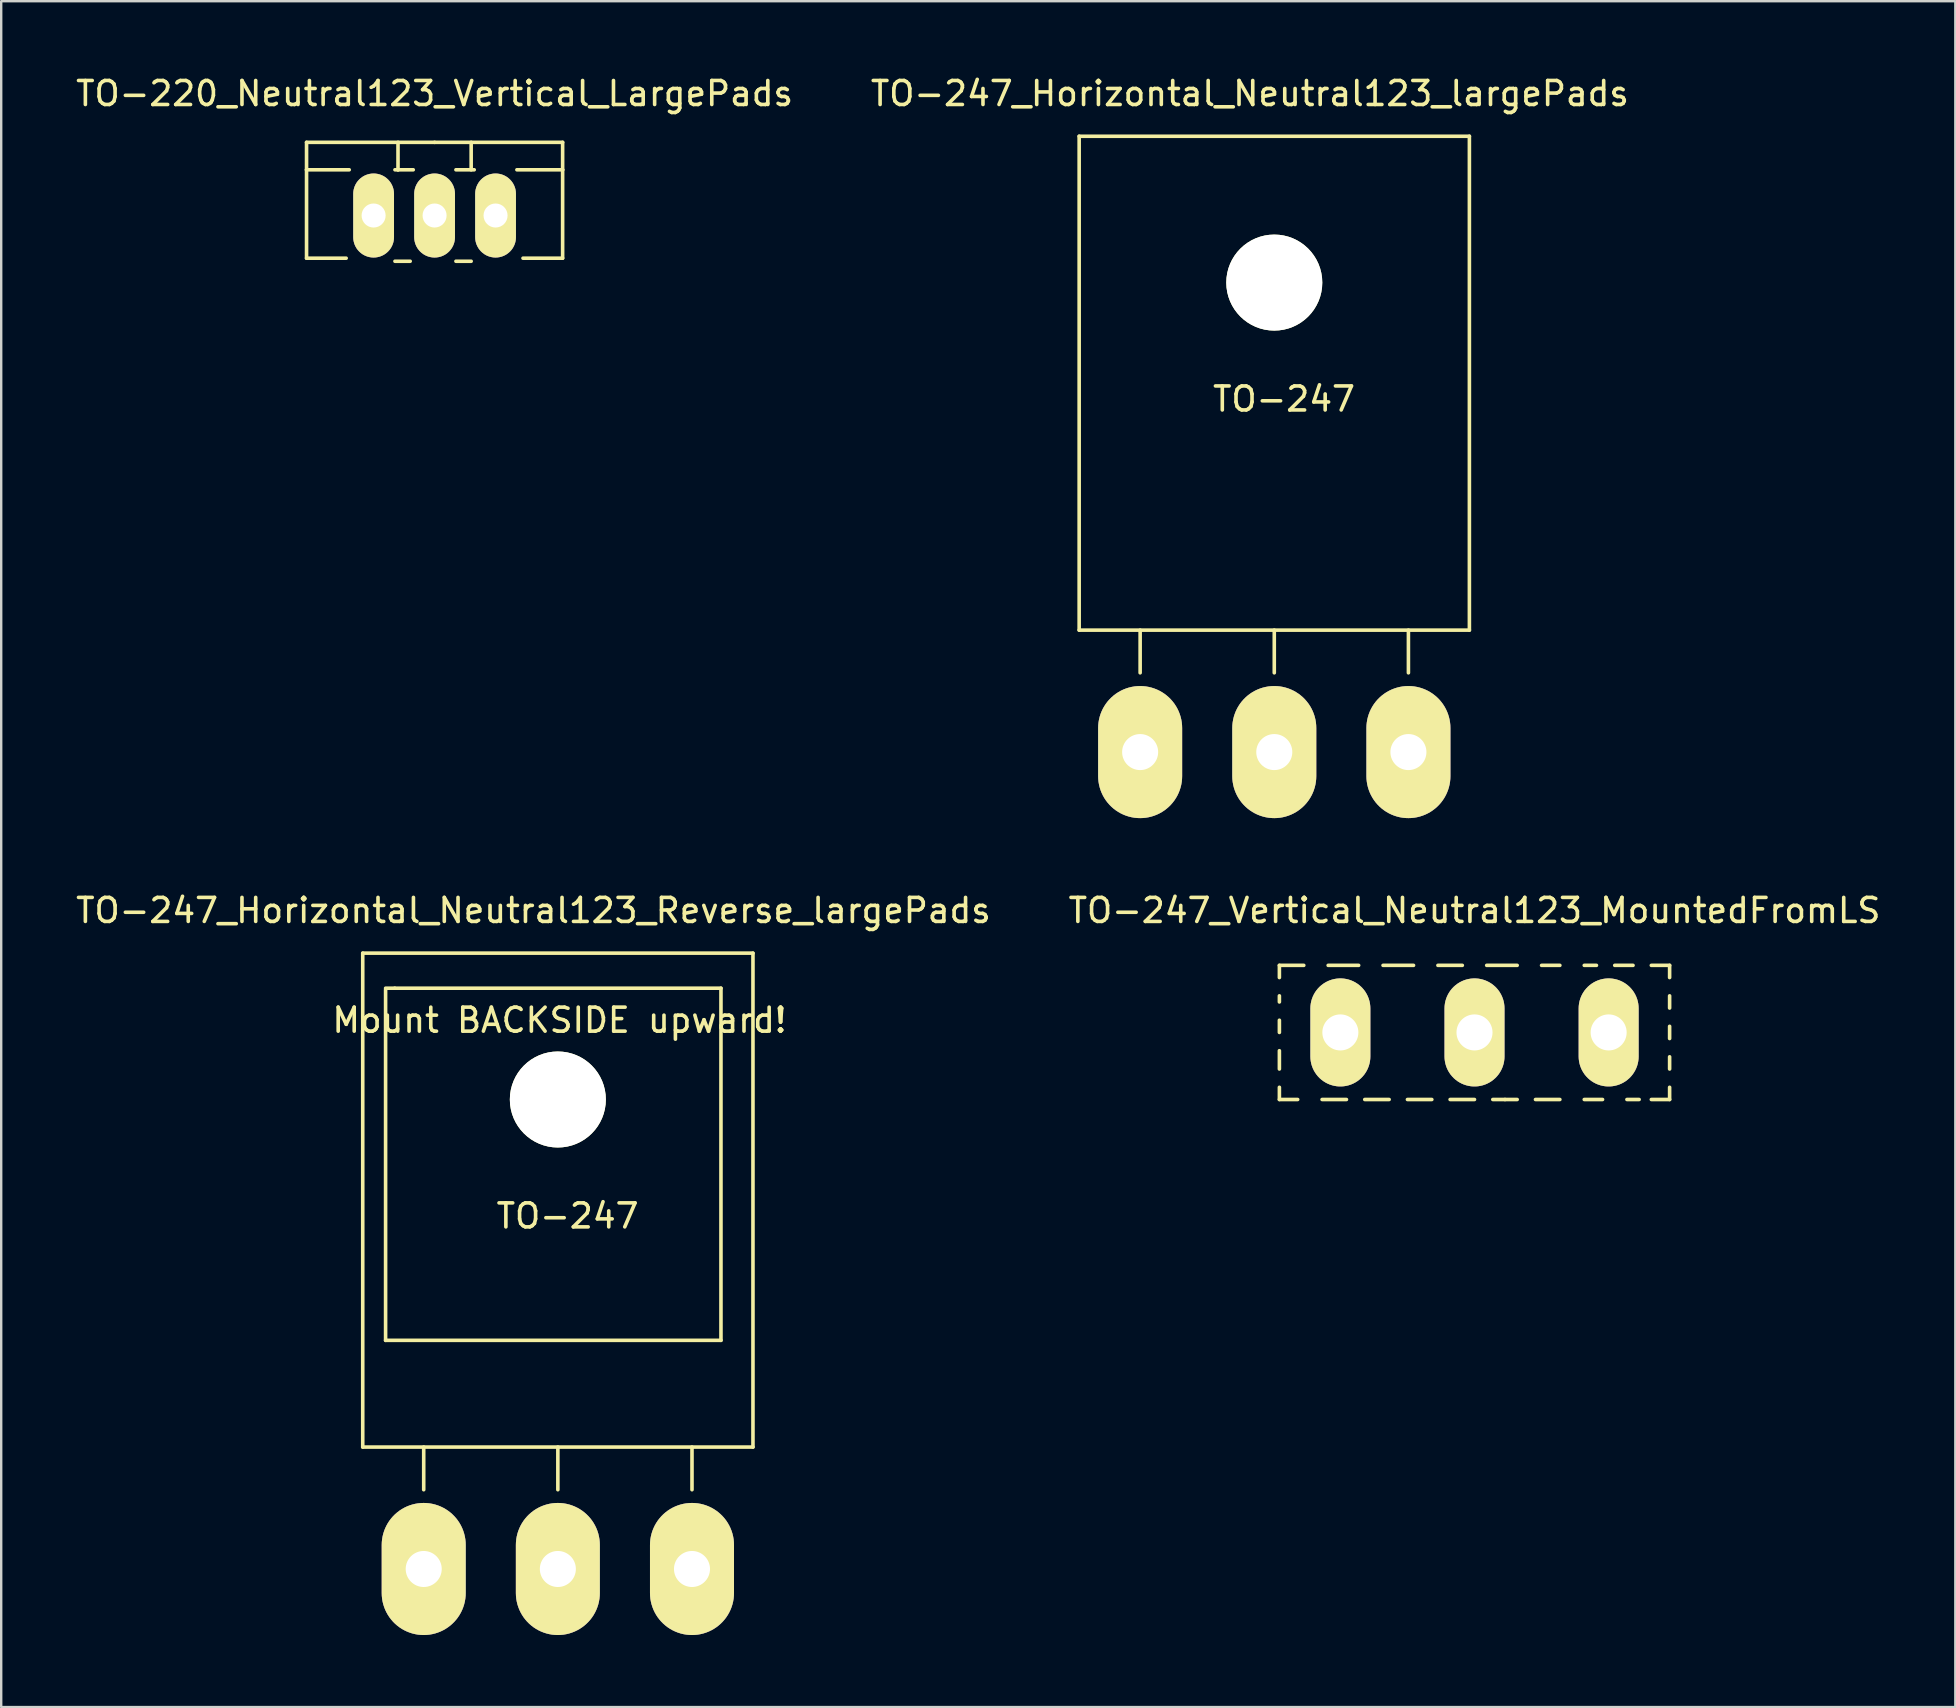
<source format=kicad_pcb>
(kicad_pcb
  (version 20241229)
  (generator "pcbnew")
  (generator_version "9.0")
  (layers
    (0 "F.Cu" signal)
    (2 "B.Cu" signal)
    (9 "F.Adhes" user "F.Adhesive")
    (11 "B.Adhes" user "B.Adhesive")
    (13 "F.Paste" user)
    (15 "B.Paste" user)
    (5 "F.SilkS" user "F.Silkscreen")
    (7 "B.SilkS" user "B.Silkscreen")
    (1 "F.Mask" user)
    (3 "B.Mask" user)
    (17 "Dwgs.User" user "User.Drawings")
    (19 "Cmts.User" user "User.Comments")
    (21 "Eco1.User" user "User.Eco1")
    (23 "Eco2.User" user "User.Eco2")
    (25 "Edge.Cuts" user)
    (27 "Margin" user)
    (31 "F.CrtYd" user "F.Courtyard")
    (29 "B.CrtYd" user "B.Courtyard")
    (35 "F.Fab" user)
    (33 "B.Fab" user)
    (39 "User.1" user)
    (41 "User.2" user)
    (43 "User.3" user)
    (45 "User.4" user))
  (footprint "TO-247_Horizontal_Neutral123_Reverse_largePads"
    (layer "F.Cu")
    (at 20.189 62.311)
    (property "Reference" "TO-247_Horizontal_Neutral123_Reverse_largePads" (at -1.016 -27.432 0) (layer "F.SilkS") (effects (font (size 1 1) (thickness 0.15))))
    (attr through_hole)
    (fp_line (start -8.128 -25.654) (end -8.128 -5.08) (stroke (width 0.15) (type solid)) (layer "F.SilkS"))
    (fp_line (start -8.128 -5.08) (end 8.128 -5.08) (stroke (width 0.15) (type solid)) (layer "F.SilkS"))
    (fp_line (start -7.176 -9.525) (end -7.176 -24.13) (stroke (width 0.15) (type solid)) (layer "F.SilkS"))
    (fp_line (start -6.795 -24.194) (end -7.176 -24.194) (stroke (width 0.15) (type solid)) (layer "F.SilkS"))
    (fp_line (start -6.795 -24.194) (end 6.795 -24.194) (stroke (width 0.15) (type solid)) (layer "F.SilkS"))
    (fp_line (start -5.588 -3.302) (end -5.588 -5.08) (stroke (width 0.15) (type solid)) (layer "F.SilkS"))
    (fp_line (start 0 -5.08) (end 0 -3.302) (stroke (width 0.15) (type solid)) (layer "F.SilkS"))
    (fp_line (start 5.588 -5.08) (end 5.588 -3.302) (stroke (width 0.15) (type solid)) (layer "F.SilkS"))
    (fp_line (start 6.795 -24.194) (end 6.795 -9.525) (stroke (width 0.15) (type solid)) (layer "F.SilkS"))
    (fp_line (start 6.795 -9.525) (end -7.176 -9.525) (stroke (width 0.15) (type solid)) (layer "F.SilkS"))
    (fp_line (start 8.128 -25.654) (end -8.128 -25.654) (stroke (width 0.15) (type solid)) (layer "F.SilkS"))
    (fp_line (start 8.128 -25.654) (end 8.128 -5.08) (stroke (width 0.15) (type solid)) (layer "F.SilkS"))
    (fp_circle (center 0 -19.558) (end 1.778 -19.558) (stroke (width 0.15) (type solid)) (fill no) (layer "F.SilkS"))
    (fp_text user "Mount BACKSIDE upward!" (at 0.064 -22.86 0) (layer "F.SilkS") (effects (font (size 1 1) (thickness 0.15))))
    (fp_text user "TO-247" (at 0.406 -14.707 0) (layer "F.SilkS") (effects (font (size 1 1) (thickness 0.15))))
    (pad "" np_thru_hole circle (at 0 -19.558) (size 4 4) (drill 4) (layers "*.Cu" "*.Mask" "F.SilkS"))
    (pad "1" thru_hole oval (at 5.588 0 90) (size 5.502 3.5) (drill 1.501) (layers "*.Cu" "*.Mask" "F.SilkS"))
    (pad "2" thru_hole oval (at 0 0 90) (size 5.502 3.498) (drill 1.501) (layers "*.Cu" "*.Mask" "F.SilkS"))
    (pad "3" thru_hole oval (at -5.588 0 90) (size 5.502 3.5) (drill 1.501) (layers "*.Cu" "*.Mask" "F.SilkS")))
  (footprint "TO-247_Horizontal_Neutral123_largePads"
    (layer "F.Cu")
    (at 50.034 28.28)
    (property "Reference" "TO-247_Horizontal_Neutral123_largePads" (at -1.016 -27.432 0) (layer "F.SilkS") (effects (font (size 1 1) (thickness 0.15))))
    (attr through_hole)
    (fp_line (start -8.128 -25.654) (end 8.128 -25.654) (stroke (width 0.15) (type solid)) (layer "F.SilkS"))
    (fp_line (start -8.128 -5.08) (end -8.128 -25.654) (stroke (width 0.15) (type solid)) (layer "F.SilkS"))
    (fp_line (start -5.588 -3.302) (end -5.588 -5.08) (stroke (width 0.15) (type solid)) (layer "F.SilkS"))
    (fp_line (start 0 -3.302) (end 0 -5.08) (stroke (width 0.15) (type solid)) (layer "F.SilkS"))
    (fp_line (start 5.588 -3.302) (end 5.588 -5.08) (stroke (width 0.15) (type solid)) (layer "F.SilkS"))
    (fp_line (start 8.128 -25.654) (end 8.128 -5.08) (stroke (width 0.15) (type solid)) (layer "F.SilkS"))
    (fp_line (start 8.128 -5.08) (end -8.128 -5.08) (stroke (width 0.15) (type solid)) (layer "F.SilkS"))
    (fp_circle (center 0 -19.558) (end 1.778 -19.558) (stroke (width 0.15) (type solid)) (fill no) (layer "F.SilkS"))
    (fp_text user "TO-247" (at 0.406 -14.707 0) (layer "F.SilkS") (effects (font (size 1 1) (thickness 0.15))))
    (pad "" np_thru_hole circle (at 0 -19.558) (size 4 4) (drill 4) (layers "*.Cu" "*.Mask" "F.SilkS"))
    (pad "1" thru_hole oval (at -5.588 0 90) (size 5.502 3.5) (drill 1.501) (layers "*.Cu" "*.Mask" "F.SilkS"))
    (pad "2" thru_hole oval (at 0 0 90) (size 5.502 3.5) (drill 1.501) (layers "*.Cu" "*.Mask" "F.SilkS"))
    (pad "3" thru_hole oval (at 5.588 0 90) (size 5.502 3.5) (drill 1.501) (layers "*.Cu" "*.Mask" "F.SilkS")))
  (footprint "TO-247_Vertical_Neutral123_MountedFromLS"
    (layer "F.Cu")
    (at 58.375 39.959)
    (property "Reference" "TO-247_Vertical_Neutral123_MountedFromLS" (at 0 -5.08 0) (layer "F.SilkS") (effects (font (size 1 1) (thickness 0.15))))
    (attr through_hole)
    (fp_line (start -8.128 -2.794) (end -8.128 -2.286) (stroke (width 0.15) (type solid)) (layer "F.SilkS"))
    (fp_line (start -8.128 -2.794) (end -7.112 -2.794) (stroke (width 0.15) (type solid)) (layer "F.SilkS"))
    (fp_line (start -8.128 -1.27) (end -8.128 -1.524) (stroke (width 0.15) (type solid)) (layer "F.SilkS"))
    (fp_line (start -8.128 0) (end -8.128 -0.508) (stroke (width 0.15) (type solid)) (layer "F.SilkS"))
    (fp_line (start -8.128 1.524) (end -8.128 0.762) (stroke (width 0.15) (type solid)) (layer "F.SilkS"))
    (fp_line (start -8.128 2.794) (end -8.128 2.286) (stroke (width 0.15) (type solid)) (layer "F.SilkS"))
    (fp_line (start -8.128 2.794) (end -7.366 2.794) (stroke (width 0.15) (type solid)) (layer "F.SilkS"))
    (fp_line (start -6.35 2.794) (end -5.334 2.794) (stroke (width 0.15) (type solid)) (layer "F.SilkS"))
    (fp_line (start -6.096 -2.794) (end -4.826 -2.794) (stroke (width 0.15) (type solid)) (layer "F.SilkS"))
    (fp_line (start -4.572 2.794) (end -3.556 2.794) (stroke (width 0.15) (type solid)) (layer "F.SilkS"))
    (fp_line (start -3.81 -2.794) (end -2.54 -2.794) (stroke (width 0.15) (type solid)) (layer "F.SilkS"))
    (fp_line (start -2.794 2.794) (end -1.778 2.794) (stroke (width 0.15) (type solid)) (layer "F.SilkS"))
    (fp_line (start -1.524 -2.794) (end -0.508 -2.794) (stroke (width 0.15) (type solid)) (layer "F.SilkS"))
    (fp_line (start -1.016 2.794) (end 0 2.794) (stroke (width 0.15) (type solid)) (layer "F.SilkS"))
    (fp_line (start 0.508 -2.794) (end 1.778 -2.794) (stroke (width 0.15) (type solid)) (layer "F.SilkS"))
    (fp_line (start 1.27 2.794) (end 0.762 2.794) (stroke (width 0.15) (type solid)) (layer "F.SilkS"))
    (fp_line (start 1.27 2.794) (end 1.778 2.794) (stroke (width 0.15) (type solid)) (layer "F.SilkS"))
    (fp_line (start 2.54 2.794) (end 3.556 2.794) (stroke (width 0.15) (type solid)) (layer "F.SilkS"))
    (fp_line (start 2.794 -2.794) (end 3.556 -2.794) (stroke (width 0.15) (type solid)) (layer "F.SilkS"))
    (fp_line (start 4.572 2.794) (end 5.334 2.794) (stroke (width 0.15) (type solid)) (layer "F.SilkS"))
    (fp_line (start 5.08 -2.794) (end 4.572 -2.794) (stroke (width 0.15) (type solid)) (layer "F.SilkS"))
    (fp_line (start 6.35 2.794) (end 6.858 2.794) (stroke (width 0.15) (type solid)) (layer "F.SilkS"))
    (fp_line (start 6.604 -2.794) (end 5.842 -2.794) (stroke (width 0.15) (type solid)) (layer "F.SilkS"))
    (fp_line (start 7.366 2.794) (end 8.128 2.794) (stroke (width 0.15) (type solid)) (layer "F.SilkS"))
    (fp_line (start 8.128 -2.794) (end 7.366 -2.794) (stroke (width 0.15) (type solid)) (layer "F.SilkS"))
    (fp_line (start 8.128 -2.794) (end 8.128 -2.286) (stroke (width 0.15) (type solid)) (layer "F.SilkS"))
    (fp_line (start 8.128 -1.524) (end 8.128 -1.016) (stroke (width 0.15) (type solid)) (layer "F.SilkS"))
    (fp_line (start 8.128 -0.254) (end 8.128 0.254) (stroke (width 0.15) (type solid)) (layer "F.SilkS"))
    (fp_line (start 8.128 1.016) (end 8.128 1.524) (stroke (width 0.15) (type solid)) (layer "F.SilkS"))
    (fp_line (start 8.128 2.794) (end 8.128 2.286) (stroke (width 0.15) (type solid)) (layer "F.SilkS"))
    (pad "1" thru_hole oval (at 5.588 0 90) (size 4.501 2.499) (drill 1.501) (layers "*.Cu" "*.Mask" "F.SilkS"))
    (pad "2" thru_hole oval (at 0 0 90) (size 4.501 2.499) (drill 1.501) (layers "*.Cu" "*.Mask" "F.SilkS"))
    (pad "3" thru_hole oval (at -5.588 0 90) (size 4.501 2.499) (drill 1.501) (layers "*.Cu" "*.Mask" "F.SilkS")))
  (footprint "TO-220_Neutral123_Vertical_LargePads"
    (layer "F.Cu")
    (at 15.054 5.928)
    (property "Reference" "TO-220_Neutral123_Vertical_LargePads" (at 0 -5.08 0) (layer "F.SilkS") (effects (font (size 1 1) (thickness 0.15))))
    (attr through_hole)
    (fp_line (start -5.334 -1.905) (end -5.334 -3.048) (stroke (width 0.15) (type solid)) (layer "F.SilkS"))
    (fp_line (start -5.334 -1.905) (end -3.556 -1.905) (stroke (width 0.15) (type solid)) (layer "F.SilkS"))
    (fp_line (start -5.334 1.778) (end -5.334 -1.905) (stroke (width 0.15) (type solid)) (layer "F.SilkS"))
    (fp_line (start -5.334 1.778) (end -3.683 1.778) (stroke (width 0.15) (type solid)) (layer "F.SilkS"))
    (fp_line (start -1.524 -3.048) (end -1.524 -1.905) (stroke (width 0.15) (type solid)) (layer "F.SilkS"))
    (fp_line (start -1.524 -1.905) (end -1.651 -1.905) (stroke (width 0.15) (type solid)) (layer "F.SilkS"))
    (fp_line (start -1.524 -1.905) (end -0.889 -1.905) (stroke (width 0.15) (type solid)) (layer "F.SilkS"))
    (fp_line (start -1.016 1.905) (end -1.651 1.905) (stroke (width 0.15) (type solid)) (layer "F.SilkS"))
    (fp_line (start 0 -3.048) (end -5.334 -3.048) (stroke (width 0.15) (type solid)) (layer "F.SilkS"))
    (fp_line (start 0 -3.048) (end 5.334 -3.048) (stroke (width 0.15) (type solid)) (layer "F.SilkS"))
    (fp_line (start 0.889 -1.905) (end 1.651 -1.905) (stroke (width 0.15) (type solid)) (layer "F.SilkS"))
    (fp_line (start 1.524 -3.048) (end 1.524 -1.905) (stroke (width 0.15) (type solid)) (layer "F.SilkS"))
    (fp_line (start 1.524 1.905) (end 0.889 1.905) (stroke (width 0.15) (type solid)) (layer "F.SilkS"))
    (fp_line (start 5.334 -3.048) (end 5.334 -1.905) (stroke (width 0.15) (type solid)) (layer "F.SilkS"))
    (fp_line (start 5.334 -1.905) (end 3.429 -1.905) (stroke (width 0.15) (type solid)) (layer "F.SilkS"))
    (fp_line (start 5.334 -1.905) (end 5.334 1.778) (stroke (width 0.15) (type solid)) (layer "F.SilkS"))
    (fp_line (start 5.334 1.778) (end 3.683 1.778) (stroke (width 0.15) (type solid)) (layer "F.SilkS"))
    (pad "1" thru_hole oval (at -2.54 0 90) (size 3.5 1.699) (drill 1.001) (layers "*.Cu" "*.Mask" "F.SilkS"))
    (pad "2" thru_hole oval (at 0 0 90) (size 3.5 1.699) (drill 1.001) (layers "*.Cu" "*.Mask" "F.SilkS"))
    (pad "3" thru_hole oval (at 2.54 0 90) (size 3.5 1.699) (drill 1.001) (layers "*.Cu" "*.Mask" "F.SilkS")))
  (gr_rect
    (start -3 -3)
    (end 78.405 68.062)
    (stroke (width 0.1) (type default))
    (fill no)
    (layer "Edge.Cuts")))
</source>
